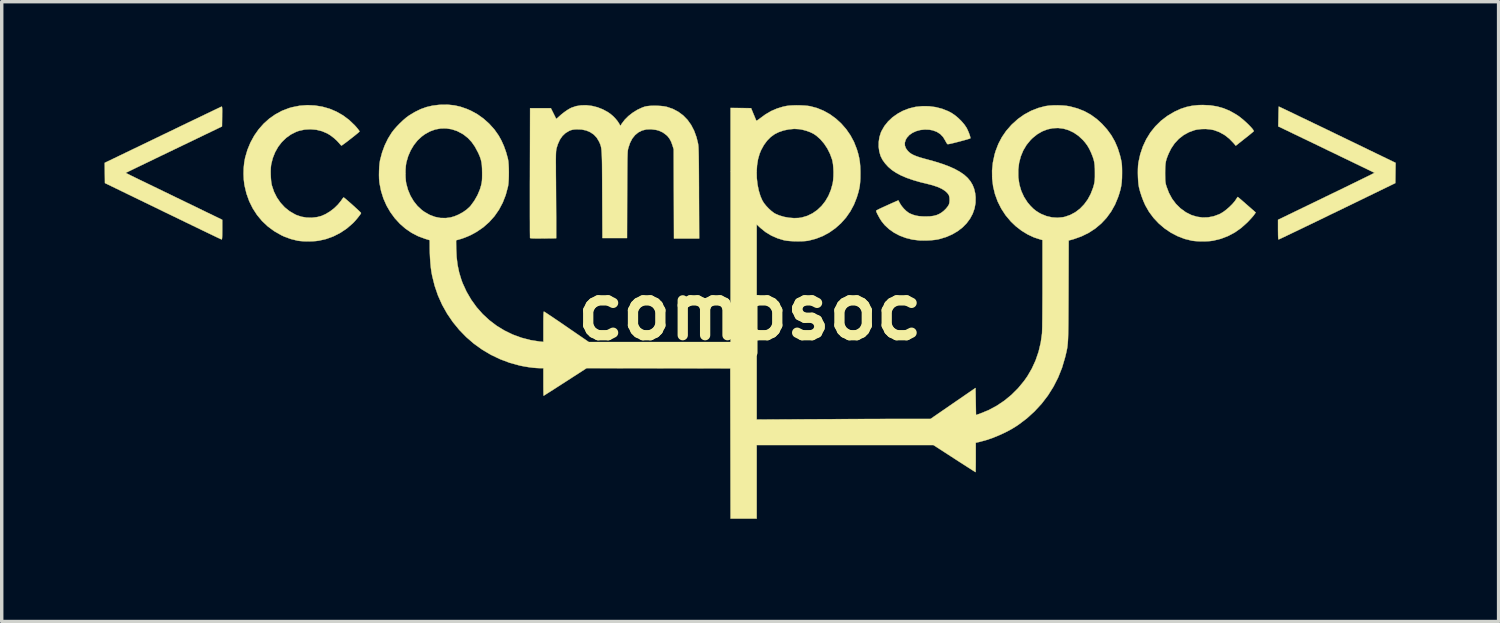
<source format=kicad_pcb>
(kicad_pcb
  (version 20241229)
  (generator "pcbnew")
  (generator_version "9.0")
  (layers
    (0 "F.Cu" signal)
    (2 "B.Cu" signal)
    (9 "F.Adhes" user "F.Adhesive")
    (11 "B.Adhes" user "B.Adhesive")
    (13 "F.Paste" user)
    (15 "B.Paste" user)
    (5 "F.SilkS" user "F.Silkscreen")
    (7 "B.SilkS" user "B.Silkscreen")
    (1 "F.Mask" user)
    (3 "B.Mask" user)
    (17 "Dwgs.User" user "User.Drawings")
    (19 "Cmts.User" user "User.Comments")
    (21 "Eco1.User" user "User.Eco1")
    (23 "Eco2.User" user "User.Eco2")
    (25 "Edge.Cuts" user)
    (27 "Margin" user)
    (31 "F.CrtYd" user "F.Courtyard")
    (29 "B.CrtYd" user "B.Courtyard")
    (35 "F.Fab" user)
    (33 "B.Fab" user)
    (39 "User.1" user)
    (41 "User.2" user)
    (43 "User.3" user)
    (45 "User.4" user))
  (footprint "compsoc"
    (layer "F.Cu")
    (at 18.829 6.04)
    (property "Reference" "compsoc" (at 0 0 0) (layer "F.SilkS") (effects (font (size 1.524 1.524) (thickness 0.3))))
    (attr through_hole)
    (fp_poly (pts (xy 15.444 -5.975) (xy 15.48 -5.958) (xy 15.54 -5.93) (xy 15.62 -5.892) (xy 15.72 -5.844) (xy 15.838 -5.788) (xy 15.972 -5.723) (xy 16.121 -5.651) (xy 16.284 -5.573) (xy 16.46 -5.488) (xy 16.646 -5.399) (xy 16.841 -5.305) (xy 17.044 -5.207) (xy 17.137 -5.162) (xy 18.839 -4.339) (xy 18.835 -4.044) (xy 18.831 -3.748) (xy 17.138 -2.926) (xy 16.932 -2.827) (xy 16.734 -2.73) (xy 16.544 -2.638) (xy 16.363 -2.551) (xy 16.194 -2.47) (xy 16.038 -2.394) (xy 15.896 -2.326) (xy 15.77 -2.266) (xy 15.662 -2.214) (xy 15.572 -2.171) (xy 15.502 -2.138) (xy 15.454 -2.116) (xy 15.43 -2.105) (xy 15.427 -2.103) (xy 15.421 -2.11) (xy 15.416 -2.131) (xy 15.413 -2.17) (xy 15.411 -2.229) (xy 15.41 -2.312) (xy 15.409 -2.39) (xy 15.409 -2.677) (xy 16.819 -3.36) (xy 17.006 -3.45) (xy 17.186 -3.537) (xy 17.356 -3.62) (xy 17.516 -3.698) (xy 17.664 -3.77) (xy 17.798 -3.836) (xy 17.917 -3.894) (xy 18.019 -3.944) (xy 18.102 -3.985) (xy 18.165 -4.017) (xy 18.206 -4.038) (xy 18.224 -4.047) (xy 18.224 -4.048) (xy 18.211 -4.054) (xy 18.174 -4.072) (xy 18.115 -4.101) (xy 18.036 -4.14) (xy 17.937 -4.188) (xy 17.821 -4.244) (xy 17.69 -4.307) (xy 17.544 -4.378) (xy 17.386 -4.454) (xy 17.217 -4.535) (xy 17.04 -4.621) (xy 16.854 -4.71) (xy 16.818 -4.728) (xy 15.416 -5.403) (xy 15.422 -5.689) (xy 15.423 -5.776) (xy 15.425 -5.853) (xy 15.427 -5.915) (xy 15.429 -5.959) (xy 15.43 -5.979) (xy 15.431 -5.98) (xy 15.444 -5.975)) (stroke (width 0.01) (type solid)) (fill yes) (layer "F.SilkS"))
    (fp_poly (pts (xy -15.405 -5.974) (xy -15.401 -5.96) (xy -15.398 -5.932) (xy -15.397 -5.888) (xy -15.397 -5.824) (xy -15.398 -5.737) (xy -15.398 -5.694) (xy -15.402 -5.401) (xy -16.805 -4.726) (xy -16.991 -4.636) (xy -17.171 -4.55) (xy -17.341 -4.468) (xy -17.501 -4.39) (xy -17.649 -4.319) (xy -17.784 -4.254) (xy -17.903 -4.197) (xy -18.005 -4.147) (xy -18.088 -4.107) (xy -18.151 -4.076) (xy -18.193 -4.056) (xy -18.21 -4.047) (xy -18.211 -4.047) (xy -18.2 -4.04) (xy -18.166 -4.022) (xy -18.113 -3.996) (xy -18.044 -3.961) (xy -17.962 -3.921) (xy -17.869 -3.876) (xy -17.832 -3.857) (xy -17.756 -3.821) (xy -17.658 -3.774) (xy -17.541 -3.717) (xy -17.407 -3.652) (xy -17.26 -3.581) (xy -17.102 -3.504) (xy -16.936 -3.424) (xy -16.766 -3.341) (xy -16.593 -3.258) (xy -16.423 -3.175) (xy -16.422 -3.175) (xy -15.395 -2.677) (xy -15.395 -2.39) (xy -15.396 -2.288) (xy -15.397 -2.212) (xy -15.399 -2.158) (xy -15.403 -2.124) (xy -15.408 -2.107) (xy -15.413 -2.104) (xy -15.427 -2.11) (xy -15.466 -2.128) (xy -15.527 -2.156) (xy -15.609 -2.195) (xy -15.71 -2.244) (xy -15.829 -2.301) (xy -15.965 -2.366) (xy -16.115 -2.439) (xy -16.279 -2.518) (xy -16.455 -2.603) (xy -16.641 -2.693) (xy -16.837 -2.788) (xy -17.04 -2.886) (xy -17.124 -2.927) (xy -18.817 -3.749) (xy -18.821 -4.044) (xy -18.824 -4.339) (xy -17.135 -5.153) (xy -16.929 -5.252) (xy -16.73 -5.348) (xy -16.54 -5.44) (xy -16.359 -5.527) (xy -16.19 -5.608) (xy -16.033 -5.683) (xy -15.891 -5.752) (xy -15.764 -5.812) (xy -15.655 -5.865) (xy -15.565 -5.908) (xy -15.495 -5.941) (xy -15.447 -5.964) (xy -15.423 -5.976) (xy -15.42 -5.977) (xy -15.411 -5.979) (xy -15.405 -5.974)) (stroke (width 0.01) (type solid)) (fill yes) (layer "F.SilkS"))
    (fp_poly (pts (xy -12.691 -6.012) (xy -12.474 -5.977) (xy -12.263 -5.917) (xy -12.062 -5.832) (xy -11.871 -5.723) (xy -11.693 -5.59) (xy -11.531 -5.435) (xy -11.478 -5.376) (xy -11.44 -5.33) (xy -11.41 -5.291) (xy -11.392 -5.264) (xy -11.388 -5.256) (xy -11.399 -5.244) (xy -11.428 -5.217) (xy -11.473 -5.18) (xy -11.528 -5.135) (xy -11.591 -5.085) (xy -11.658 -5.033) (xy -11.724 -4.981) (xy -11.786 -4.934) (xy -11.841 -4.894) (xy -11.883 -4.863) (xy -11.911 -4.845) (xy -11.919 -4.842) (xy -11.933 -4.855) (xy -11.959 -4.884) (xy -11.988 -4.918) (xy -12.061 -4.996) (xy -12.15 -5.074) (xy -12.244 -5.145) (xy -12.33 -5.197) (xy -12.485 -5.263) (xy -12.649 -5.304) (xy -12.818 -5.319) (xy -12.986 -5.31) (xy -13.15 -5.275) (xy -13.238 -5.244) (xy -13.391 -5.167) (xy -13.531 -5.067) (xy -13.656 -4.946) (xy -13.764 -4.806) (xy -13.852 -4.65) (xy -13.92 -4.48) (xy -13.966 -4.299) (xy -13.97 -4.272) (xy -13.978 -4.196) (xy -13.982 -4.102) (xy -13.981 -4) (xy -13.976 -3.896) (xy -13.968 -3.8) (xy -13.956 -3.719) (xy -13.948 -3.683) (xy -13.886 -3.498) (xy -13.801 -3.328) (xy -13.695 -3.175) (xy -13.571 -3.04) (xy -13.428 -2.926) (xy -13.269 -2.834) (xy -13.224 -2.813) (xy -13.085 -2.767) (xy -12.935 -2.742) (xy -12.78 -2.738) (xy -12.628 -2.756) (xy -12.501 -2.789) (xy -12.376 -2.845) (xy -12.249 -2.922) (xy -12.128 -3.015) (xy -12.02 -3.12) (xy -11.93 -3.23) (xy -11.917 -3.249) (xy -11.889 -3.29) (xy -11.866 -3.319) (xy -11.853 -3.33) (xy -11.853 -3.33) (xy -11.839 -3.321) (xy -11.807 -3.296) (xy -11.762 -3.258) (xy -11.708 -3.211) (xy -11.647 -3.158) (xy -11.583 -3.101) (xy -11.521 -3.044) (xy -11.462 -2.991) (xy -11.412 -2.944) (xy -11.374 -2.907) (xy -11.351 -2.883) (xy -11.345 -2.875) (xy -11.354 -2.854) (xy -11.379 -2.818) (xy -11.415 -2.77) (xy -11.459 -2.715) (xy -11.506 -2.66) (xy -11.554 -2.607) (xy -11.588 -2.573) (xy -11.76 -2.424) (xy -11.948 -2.298) (xy -12.149 -2.195) (xy -12.36 -2.118) (xy -12.572 -2.069) (xy -12.666 -2.057) (xy -12.777 -2.05) (xy -12.895 -2.048) (xy -13.012 -2.05) (xy -13.118 -2.058) (xy -13.195 -2.068) (xy -13.391 -2.116) (xy -13.587 -2.188) (xy -13.678 -2.231) (xy -13.882 -2.348) (xy -14.067 -2.485) (xy -14.234 -2.643) (xy -14.38 -2.819) (xy -14.505 -3.012) (xy -14.608 -3.22) (xy -14.688 -3.443) (xy -14.744 -3.679) (xy -14.748 -3.699) (xy -14.766 -3.851) (xy -14.773 -4.016) (xy -14.769 -4.183) (xy -14.753 -4.344) (xy -14.727 -4.487) (xy -14.66 -4.717) (xy -14.571 -4.932) (xy -14.461 -5.133) (xy -14.332 -5.317) (xy -14.185 -5.483) (xy -14.021 -5.63) (xy -13.842 -5.755) (xy -13.65 -5.858) (xy -13.446 -5.936) (xy -13.362 -5.96) (xy -13.137 -6.005) (xy -12.913 -6.022) (xy -12.691 -6.012)) (stroke (width 0.01) (type solid)) (fill yes) (layer "F.SilkS"))
    (fp_poly (pts (xy 13.431 -6.016) (xy 13.632 -5.984) (xy 13.822 -5.93) (xy 14.007 -5.852) (xy 14.191 -5.747) (xy 14.236 -5.718) (xy 14.297 -5.674) (xy 14.363 -5.621) (xy 14.431 -5.563) (xy 14.498 -5.501) (xy 14.561 -5.44) (xy 14.616 -5.383) (xy 14.66 -5.333) (xy 14.689 -5.293) (xy 14.701 -5.267) (xy 14.701 -5.262) (xy 14.689 -5.25) (xy 14.658 -5.224) (xy 14.611 -5.185) (xy 14.552 -5.136) (xy 14.482 -5.081) (xy 14.436 -5.045) (xy 14.176 -4.839) (xy 14.119 -4.907) (xy 13.988 -5.043) (xy 13.847 -5.153) (xy 13.694 -5.237) (xy 13.54 -5.294) (xy 13.425 -5.316) (xy 13.297 -5.327) (xy 13.165 -5.324) (xy 13.042 -5.309) (xy 12.976 -5.294) (xy 12.806 -5.232) (xy 12.652 -5.147) (xy 12.514 -5.039) (xy 12.393 -4.91) (xy 12.291 -4.759) (xy 12.219 -4.614) (xy 12.184 -4.529) (xy 12.157 -4.455) (xy 12.138 -4.385) (xy 12.126 -4.314) (xy 12.119 -4.233) (xy 12.116 -4.137) (xy 12.115 -4.036) (xy 12.116 -3.941) (xy 12.117 -3.869) (xy 12.12 -3.814) (xy 12.125 -3.769) (xy 12.132 -3.728) (xy 12.143 -3.687) (xy 12.154 -3.651) (xy 12.225 -3.463) (xy 12.317 -3.293) (xy 12.429 -3.143) (xy 12.561 -3.012) (xy 12.712 -2.902) (xy 12.731 -2.891) (xy 12.883 -2.815) (xy 13.042 -2.767) (xy 13.205 -2.744) (xy 13.37 -2.749) (xy 13.532 -2.78) (xy 13.69 -2.838) (xy 13.724 -2.854) (xy 13.809 -2.905) (xy 13.9 -2.973) (xy 13.991 -3.052) (xy 14.075 -3.135) (xy 14.146 -3.218) (xy 14.191 -3.284) (xy 14.213 -3.319) (xy 14.229 -3.34) (xy 14.234 -3.344) (xy 14.246 -3.335) (xy 14.276 -3.31) (xy 14.321 -3.272) (xy 14.379 -3.222) (xy 14.446 -3.163) (xy 14.499 -3.117) (xy 14.758 -2.89) (xy 14.707 -2.817) (xy 14.678 -2.78) (xy 14.634 -2.73) (xy 14.581 -2.672) (xy 14.523 -2.611) (xy 14.507 -2.595) (xy 14.333 -2.439) (xy 14.147 -2.308) (xy 13.949 -2.203) (xy 13.74 -2.123) (xy 13.519 -2.069) (xy 13.508 -2.067) (xy 13.422 -2.056) (xy 13.318 -2.05) (xy 13.205 -2.048) (xy 13.091 -2.05) (xy 12.987 -2.057) (xy 12.901 -2.067) (xy 12.896 -2.068) (xy 12.685 -2.12) (xy 12.48 -2.199) (xy 12.284 -2.301) (xy 12.1 -2.425) (xy 11.931 -2.569) (xy 11.779 -2.731) (xy 11.646 -2.909) (xy 11.536 -3.101) (xy 11.536 -3.101) (xy 11.482 -3.223) (xy 11.43 -3.36) (xy 11.385 -3.5) (xy 11.352 -3.627) (xy 11.339 -3.707) (xy 11.329 -3.808) (xy 11.323 -3.922) (xy 11.32 -4.04) (xy 11.321 -4.154) (xy 11.326 -4.258) (xy 11.336 -4.342) (xy 11.336 -4.346) (xy 11.389 -4.589) (xy 11.466 -4.817) (xy 11.565 -5.029) (xy 11.686 -5.225) (xy 11.829 -5.403) (xy 11.992 -5.564) (xy 12.176 -5.705) (xy 12.379 -5.826) (xy 12.399 -5.836) (xy 12.567 -5.913) (xy 12.733 -5.968) (xy 12.902 -6.004) (xy 13.084 -6.023) (xy 13.215 -6.026) (xy 13.431 -6.016)) (stroke (width 0.01) (type solid)) (fill yes) (layer "F.SilkS"))
    (fp_poly (pts (xy 5.227 -5.99) (xy 5.422 -5.964) (xy 5.611 -5.915) (xy 5.789 -5.844) (xy 5.888 -5.791) (xy 5.985 -5.725) (xy 6.082 -5.644) (xy 6.174 -5.553) (xy 6.254 -5.46) (xy 6.316 -5.37) (xy 6.332 -5.341) (xy 6.364 -5.273) (xy 6.393 -5.203) (xy 6.416 -5.138) (xy 6.431 -5.085) (xy 6.435 -5.058) (xy 6.422 -5.05) (xy 6.386 -5.038) (xy 6.332 -5.021) (xy 6.263 -5.002) (xy 6.186 -4.981) (xy 6.104 -4.959) (xy 6.022 -4.938) (xy 5.944 -4.918) (xy 5.875 -4.902) (xy 5.819 -4.89) (xy 5.782 -4.884) (xy 5.771 -4.883) (xy 5.755 -4.895) (xy 5.733 -4.927) (xy 5.709 -4.972) (xy 5.705 -4.98) (xy 5.639 -5.09) (xy 5.556 -5.178) (xy 5.455 -5.243) (xy 5.337 -5.287) (xy 5.235 -5.306) (xy 5.1 -5.311) (xy 4.971 -5.297) (xy 4.851 -5.264) (xy 4.744 -5.215) (xy 4.653 -5.152) (xy 4.582 -5.074) (xy 4.545 -5.009) (xy 4.519 -4.924) (xy 4.522 -4.842) (xy 4.552 -4.762) (xy 4.61 -4.683) (xy 4.611 -4.683) (xy 4.656 -4.64) (xy 4.71 -4.601) (xy 4.776 -4.566) (xy 4.856 -4.533) (xy 4.955 -4.499) (xy 5.077 -4.464) (xy 5.151 -4.444) (xy 5.397 -4.376) (xy 5.617 -4.306) (xy 5.811 -4.234) (xy 5.98 -4.158) (xy 6.125 -4.078) (xy 6.249 -3.993) (xy 6.351 -3.901) (xy 6.433 -3.802) (xy 6.497 -3.695) (xy 6.543 -3.579) (xy 6.572 -3.454) (xy 6.585 -3.338) (xy 6.583 -3.17) (xy 6.554 -3.008) (xy 6.5 -2.854) (xy 6.422 -2.709) (xy 6.322 -2.574) (xy 6.201 -2.452) (xy 6.06 -2.344) (xy 5.901 -2.251) (xy 5.726 -2.175) (xy 5.534 -2.117) (xy 5.471 -2.103) (xy 5.392 -2.091) (xy 5.294 -2.081) (xy 5.186 -2.075) (xy 5.075 -2.073) (xy 4.972 -2.074) (xy 4.932 -2.077) (xy 4.737 -2.101) (xy 4.55 -2.148) (xy 4.373 -2.214) (xy 4.209 -2.3) (xy 4.062 -2.403) (xy 3.934 -2.522) (xy 3.846 -2.63) (xy 3.813 -2.68) (xy 3.778 -2.738) (xy 3.745 -2.799) (xy 3.715 -2.856) (xy 3.694 -2.903) (xy 3.684 -2.934) (xy 3.683 -2.938) (xy 3.688 -2.946) (xy 3.705 -2.957) (xy 3.736 -2.974) (xy 3.782 -2.997) (xy 3.846 -3.027) (xy 3.929 -3.065) (xy 4.032 -3.112) (xy 4.159 -3.169) (xy 4.25 -3.209) (xy 4.331 -3.245) (xy 4.377 -3.157) (xy 4.428 -3.078) (xy 4.492 -3.002) (xy 4.563 -2.933) (xy 4.634 -2.88) (xy 4.675 -2.858) (xy 4.762 -2.823) (xy 4.845 -2.799) (xy 4.931 -2.784) (xy 5.03 -2.776) (xy 5.122 -2.774) (xy 5.248 -2.777) (xy 5.352 -2.79) (xy 5.443 -2.813) (xy 5.525 -2.848) (xy 5.593 -2.889) (xy 5.658 -2.94) (xy 5.72 -3.001) (xy 5.772 -3.065) (xy 5.807 -3.124) (xy 5.809 -3.129) (xy 5.822 -3.183) (xy 5.827 -3.251) (xy 5.824 -3.32) (xy 5.811 -3.379) (xy 5.805 -3.396) (xy 5.758 -3.463) (xy 5.685 -3.527) (xy 5.588 -3.587) (xy 5.468 -3.64) (xy 5.327 -3.687) (xy 5.207 -3.718) (xy 4.97 -3.776) (xy 4.76 -3.837) (xy 4.575 -3.901) (xy 4.411 -3.971) (xy 4.269 -4.047) (xy 4.145 -4.129) (xy 4.038 -4.22) (xy 3.947 -4.32) (xy 3.87 -4.426) (xy 3.813 -4.54) (xy 3.776 -4.668) (xy 3.757 -4.807) (xy 3.759 -4.949) (xy 3.78 -5.09) (xy 3.822 -5.223) (xy 3.839 -5.262) (xy 3.924 -5.411) (xy 4.033 -5.547) (xy 4.165 -5.671) (xy 4.319 -5.778) (xy 4.469 -5.859) (xy 4.647 -5.927) (xy 4.835 -5.972) (xy 5.03 -5.992) (xy 5.227 -5.99)) (stroke (width 0.01) (type solid)) (fill yes) (layer "F.SilkS"))
    (fp_poly (pts (xy -4.605 -5.999) (xy -4.445 -5.959) (xy -4.29 -5.898) (xy -4.143 -5.818) (xy -4.066 -5.764) (xy -3.993 -5.702) (xy -3.922 -5.629) (xy -3.86 -5.553) (xy -3.814 -5.482) (xy -3.809 -5.473) (xy -3.78 -5.416) (xy -3.737 -5.484) (xy -3.652 -5.596) (xy -3.545 -5.703) (xy -3.42 -5.801) (xy -3.285 -5.885) (xy -3.144 -5.951) (xy -3.069 -5.978) (xy -3.004 -5.992) (xy -2.918 -6.001) (xy -2.818 -6.005) (xy -2.713 -6.004) (xy -2.609 -5.999) (xy -2.513 -5.989) (xy -2.432 -5.974) (xy -2.42 -5.971) (xy -2.245 -5.911) (xy -2.087 -5.827) (xy -1.946 -5.722) (xy -1.822 -5.595) (xy -1.716 -5.447) (xy -1.628 -5.278) (xy -1.559 -5.089) (xy -1.515 -4.911) (xy -1.511 -4.888) (xy -1.507 -4.861) (xy -1.504 -4.83) (xy -1.501 -4.791) (xy -1.499 -4.743) (xy -1.497 -4.685) (xy -1.495 -4.614) (xy -1.493 -4.529) (xy -1.492 -4.428) (xy -1.49 -4.308) (xy -1.489 -4.169) (xy -1.488 -4.008) (xy -1.487 -3.824) (xy -1.486 -3.615) (xy -1.486 -3.461) (xy -1.48 -2.131) (xy -2.215 -2.131) (xy -2.223 -4.734) (xy -2.256 -4.84) (xy -2.295 -4.95) (xy -2.341 -5.037) (xy -2.396 -5.11) (xy -2.433 -5.146) (xy -2.537 -5.224) (xy -2.652 -5.277) (xy -2.736 -5.3) (xy -2.884 -5.319) (xy -3.021 -5.314) (xy -3.144 -5.283) (xy -3.254 -5.228) (xy -3.35 -5.149) (xy -3.432 -5.047) (xy -3.497 -4.921) (xy -3.545 -4.78) (xy -3.55 -4.76) (xy -3.555 -4.739) (xy -3.559 -4.718) (xy -3.563 -4.692) (xy -3.566 -4.662) (xy -3.568 -4.624) (xy -3.57 -4.577) (xy -3.572 -4.519) (xy -3.574 -4.449) (xy -3.575 -4.363) (xy -3.576 -4.261) (xy -3.577 -4.14) (xy -3.578 -3.999) (xy -3.579 -3.836) (xy -3.58 -3.648) (xy -3.581 -3.434) (xy -3.581 -3.404) (xy -3.585 -2.145) (xy -4.302 -2.145) (xy -4.308 -3.404) (xy -4.309 -3.631) (xy -4.31 -3.831) (xy -4.311 -4.006) (xy -4.312 -4.159) (xy -4.313 -4.292) (xy -4.315 -4.405) (xy -4.318 -4.502) (xy -4.321 -4.584) (xy -4.325 -4.652) (xy -4.329 -4.709) (xy -4.335 -4.757) (xy -4.342 -4.797) (xy -4.35 -4.832) (xy -4.36 -4.863) (xy -4.371 -4.892) (xy -4.383 -4.921) (xy -4.398 -4.953) (xy -4.403 -4.963) (xy -4.468 -5.072) (xy -4.553 -5.163) (xy -4.657 -5.233) (xy -4.777 -5.284) (xy -4.911 -5.312) (xy -5.058 -5.317) (xy -5.059 -5.317) (xy -5.13 -5.312) (xy -5.184 -5.303) (xy -5.234 -5.288) (xy -5.278 -5.269) (xy -5.382 -5.206) (xy -5.47 -5.122) (xy -5.543 -5.017) (xy -5.602 -4.888) (xy -5.633 -4.791) (xy -5.64 -4.768) (xy -5.645 -4.747) (xy -5.649 -4.724) (xy -5.653 -4.698) (xy -5.656 -4.667) (xy -5.658 -4.628) (xy -5.66 -4.579) (xy -5.661 -4.517) (xy -5.662 -4.441) (xy -5.662 -4.349) (xy -5.661 -4.238) (xy -5.661 -4.105) (xy -5.66 -3.95) (xy -5.658 -3.768) (xy -5.658 -3.725) (xy -5.657 -3.553) (xy -5.656 -3.381) (xy -5.655 -3.212) (xy -5.654 -3.051) (xy -5.653 -2.899) (xy -5.652 -2.762) (xy -5.652 -2.641) (xy -5.652 -2.542) (xy -5.652 -2.466) (xy -5.652 -2.455) (xy -5.652 -2.138) (xy -6.029 -2.134) (xy -6.148 -2.133) (xy -6.241 -2.133) (xy -6.311 -2.134) (xy -6.361 -2.136) (xy -6.393 -2.14) (xy -6.41 -2.144) (xy -6.414 -2.148) (xy -6.415 -2.164) (xy -6.415 -2.207) (xy -6.416 -2.274) (xy -6.417 -2.365) (xy -6.417 -2.477) (xy -6.417 -2.61) (xy -6.418 -2.76) (xy -6.418 -2.928) (xy -6.418 -3.11) (xy -6.418 -3.305) (xy -6.418 -3.512) (xy -6.418 -3.73) (xy -6.417 -3.955) (xy -6.417 -4.05) (xy -6.413 -5.934) (xy -5.807 -5.934) (xy -5.733 -5.786) (xy -5.703 -5.726) (xy -5.678 -5.676) (xy -5.661 -5.64) (xy -5.654 -5.625) (xy -5.643 -5.627) (xy -5.618 -5.646) (xy -5.583 -5.677) (xy -5.58 -5.68) (xy -5.504 -5.748) (xy -5.418 -5.816) (xy -5.331 -5.877) (xy -5.249 -5.926) (xy -5.209 -5.946) (xy -5.071 -5.993) (xy -4.922 -6.017) (xy -4.765 -6.019) (xy -4.605 -5.999)) (stroke (width 0.01) (type solid)) (fill yes) (layer "F.SilkS"))
    (fp_poly (pts (xy -8.797 -6.034) (xy -8.618 -6.015) (xy -8.445 -5.976) (xy -8.27 -5.916) (xy -8.144 -5.862) (xy -7.953 -5.758) (xy -7.772 -5.629) (xy -7.606 -5.48) (xy -7.456 -5.314) (xy -7.331 -5.137) (xy -7.251 -4.993) (xy -7.177 -4.828) (xy -7.114 -4.652) (xy -7.064 -4.472) (xy -7.058 -4.445) (xy -7.047 -4.377) (xy -7.04 -4.286) (xy -7.035 -4.181) (xy -7.033 -4.068) (xy -7.034 -3.953) (xy -7.038 -3.843) (xy -7.045 -3.745) (xy -7.055 -3.665) (xy -7.06 -3.641) (xy -7.124 -3.402) (xy -7.211 -3.179) (xy -7.321 -2.972) (xy -7.452 -2.783) (xy -7.605 -2.612) (xy -7.778 -2.459) (xy -7.972 -2.326) (xy -8.132 -2.238) (xy -8.211 -2.202) (xy -8.298 -2.166) (xy -8.381 -2.135) (xy -8.431 -2.119) (xy -8.572 -2.079) (xy -8.569 -1.84) (xy -8.557 -1.591) (xy -8.529 -1.36) (xy -8.483 -1.141) (xy -8.419 -0.93) (xy -8.383 -0.832) (xy -8.268 -0.581) (xy -8.131 -0.346) (xy -7.973 -0.127) (xy -7.796 0.073) (xy -7.6 0.254) (xy -7.388 0.415) (xy -7.16 0.554) (xy -6.919 0.671) (xy -6.665 0.764) (xy -6.4 0.833) (xy -6.126 0.876) (xy -6.092 0.879) (xy -6.025 0.886) (xy -6.025 0.443) (xy -6.025 0.306) (xy -6.024 0.197) (xy -6.022 0.113) (xy -6.019 0.053) (xy -6.016 0.016) (xy -6.011 0.001) (xy -6.01 0) (xy -5.996 0.008) (xy -5.96 0.03) (xy -5.906 0.066) (xy -5.835 0.113) (xy -5.75 0.17) (xy -5.651 0.237) (xy -5.543 0.31) (xy -5.426 0.39) (xy -5.347 0.445) (xy -4.7 0.889) (xy -0.564 0.889) (xy -0.564 -4.085) (xy 0.197 -4.085) (xy 0.201 -3.896) (xy 0.222 -3.709) (xy 0.258 -3.53) (xy 0.309 -3.364) (xy 0.364 -3.239) (xy 0.41 -3.165) (xy 0.473 -3.086) (xy 0.547 -3.007) (xy 0.625 -2.936) (xy 0.7 -2.879) (xy 0.741 -2.854) (xy 0.862 -2.803) (xy 0.999 -2.763) (xy 1.144 -2.737) (xy 1.29 -2.726) (xy 1.427 -2.731) (xy 1.512 -2.744) (xy 1.675 -2.792) (xy 1.827 -2.866) (xy 1.965 -2.962) (xy 2.09 -3.08) (xy 2.199 -3.218) (xy 2.29 -3.373) (xy 2.362 -3.545) (xy 2.414 -3.731) (xy 2.416 -3.739) (xy 2.43 -3.836) (xy 2.438 -3.949) (xy 2.44 -4.069) (xy 2.435 -4.189) (xy 2.425 -4.302) (xy 2.408 -4.397) (xy 2.4 -4.431) (xy 2.339 -4.599) (xy 2.26 -4.757) (xy 2.165 -4.9) (xy 2.057 -5.026) (xy 1.939 -5.131) (xy 1.854 -5.188) (xy 1.761 -5.233) (xy 1.652 -5.273) (xy 1.535 -5.305) (xy 1.44 -5.322) (xy 1.293 -5.33) (xy 1.139 -5.316) (xy 0.984 -5.284) (xy 0.839 -5.234) (xy 0.724 -5.177) (xy 0.608 -5.093) (xy 0.502 -4.986) (xy 0.408 -4.858) (xy 0.329 -4.714) (xy 0.283 -4.604) (xy 0.237 -4.444) (xy 0.209 -4.27) (xy 0.197 -4.085) (xy -0.564 -4.085) (xy -0.564 -5.941) (xy -0.265 -5.938) (xy 0.035 -5.934) (xy 0.108 -5.757) (xy 0.136 -5.692) (xy 0.159 -5.635) (xy 0.177 -5.592) (xy 0.186 -5.57) (xy 0.187 -5.568) (xy 0.2 -5.57) (xy 0.228 -5.587) (xy 0.269 -5.616) (xy 0.29 -5.632) (xy 0.456 -5.754) (xy 0.621 -5.85) (xy 0.79 -5.923) (xy 0.967 -5.977) (xy 1.072 -5.999) (xy 1.152 -6.009) (xy 1.251 -6.015) (xy 1.361 -6.018) (xy 1.476 -6.016) (xy 1.587 -6.011) (xy 1.685 -6.002) (xy 1.755 -5.992) (xy 1.957 -5.938) (xy 2.15 -5.859) (xy 2.335 -5.756) (xy 2.507 -5.631) (xy 2.665 -5.486) (xy 2.808 -5.323) (xy 2.932 -5.144) (xy 3.036 -4.951) (xy 3.117 -4.745) (xy 3.119 -4.74) (xy 3.158 -4.61) (xy 3.187 -4.489) (xy 3.207 -4.367) (xy 3.219 -4.238) (xy 3.224 -4.092) (xy 3.224 -4.022) (xy 3.223 -3.887) (xy 3.216 -3.771) (xy 3.205 -3.667) (xy 3.186 -3.567) (xy 3.159 -3.461) (xy 3.122 -3.341) (xy 3.118 -3.327) (xy 3.035 -3.118) (xy 2.93 -2.923) (xy 2.804 -2.742) (xy 2.658 -2.578) (xy 2.496 -2.433) (xy 2.318 -2.307) (xy 2.128 -2.204) (xy 1.926 -2.125) (xy 1.715 -2.07) (xy 1.688 -2.065) (xy 1.609 -2.056) (xy 1.511 -2.051) (xy 1.402 -2.049) (xy 1.289 -2.051) (xy 1.18 -2.057) (xy 1.082 -2.066) (xy 1.005 -2.079) (xy 0.998 -2.08) (xy 0.806 -2.138) (xy 0.624 -2.218) (xy 0.456 -2.32) (xy 0.309 -2.439) (xy 0.198 -2.542) (xy 0.198 3.151) (xy 1.88 3.142) (xy 2.117 3.141) (xy 2.359 3.14) (xy 2.604 3.138) (xy 2.849 3.137) (xy 3.09 3.136) (xy 3.325 3.135) (xy 3.55 3.134) (xy 3.763 3.134) (xy 3.959 3.133) (xy 4.137 3.133) (xy 4.292 3.132) (xy 4.417 3.132) (xy 5.271 3.132) (xy 5.927 2.68) (xy 6.583 2.229) (xy 6.59 2.624) (xy 6.597 3.019) (xy 6.717 2.977) (xy 6.963 2.877) (xy 7.198 2.751) (xy 7.421 2.602) (xy 7.63 2.431) (xy 7.823 2.239) (xy 7.997 2.028) (xy 8.096 1.888) (xy 8.227 1.663) (xy 8.337 1.422) (xy 8.424 1.168) (xy 8.486 0.905) (xy 8.523 0.642) (xy 8.525 0.602) (xy 8.527 0.535) (xy 8.53 0.444) (xy 8.531 0.33) (xy 8.533 0.195) (xy 8.534 0.041) (xy 8.535 -0.13) (xy 8.536 -0.316) (xy 8.537 -0.516) (xy 8.537 -0.727) (xy 8.537 -0.8) (xy 8.537 -2.087) (xy 8.477 -2.103) (xy 8.289 -2.164) (xy 8.103 -2.251) (xy 7.924 -2.361) (xy 7.755 -2.492) (xy 7.613 -2.628) (xy 7.461 -2.809) (xy 7.334 -3.004) (xy 7.23 -3.21) (xy 7.151 -3.427) (xy 7.097 -3.651) (xy 7.069 -3.881) (xy 7.066 -4.115) (xy 7.069 -4.143) (xy 7.83 -4.143) (xy 7.83 -3.938) (xy 7.833 -3.9) (xy 7.863 -3.704) (xy 7.918 -3.519) (xy 7.997 -3.346) (xy 8.098 -3.188) (xy 8.184 -3.086) (xy 8.269 -3.001) (xy 8.352 -2.935) (xy 8.444 -2.877) (xy 8.506 -2.844) (xy 8.656 -2.784) (xy 8.814 -2.748) (xy 8.974 -2.737) (xy 9.131 -2.752) (xy 9.192 -2.765) (xy 9.349 -2.82) (xy 9.496 -2.899) (xy 9.631 -3.002) (xy 9.751 -3.126) (xy 9.856 -3.269) (xy 9.943 -3.43) (xy 10.011 -3.606) (xy 10.028 -3.662) (xy 10.042 -3.716) (xy 10.052 -3.764) (xy 10.059 -3.81) (xy 10.063 -3.862) (xy 10.066 -3.927) (xy 10.066 -4.01) (xy 10.066 -4.05) (xy 10.065 -4.169) (xy 10.059 -4.268) (xy 10.048 -4.354) (xy 10.03 -4.434) (xy 10.003 -4.516) (xy 9.967 -4.607) (xy 9.957 -4.632) (xy 9.903 -4.746) (xy 9.847 -4.842) (xy 9.783 -4.929) (xy 9.718 -5.004) (xy 9.587 -5.126) (xy 9.447 -5.222) (xy 9.3 -5.292) (xy 9.148 -5.337) (xy 8.992 -5.356) (xy 8.836 -5.349) (xy 8.682 -5.316) (xy 8.531 -5.258) (xy 8.386 -5.174) (xy 8.249 -5.064) (xy 8.19 -5.006) (xy 8.071 -4.861) (xy 7.975 -4.7) (xy 7.903 -4.526) (xy 7.854 -4.339) (xy 7.83 -4.143) (xy 7.069 -4.143) (xy 7.09 -4.35) (xy 7.14 -4.585) (xy 7.17 -4.685) (xy 7.251 -4.895) (xy 7.353 -5.089) (xy 7.477 -5.27) (xy 7.627 -5.442) (xy 7.648 -5.463) (xy 7.821 -5.619) (xy 8.008 -5.751) (xy 8.207 -5.858) (xy 8.417 -5.94) (xy 8.618 -5.993) (xy 8.724 -6.008) (xy 8.848 -6.016) (xy 8.981 -6.018) (xy 9.114 -6.013) (xy 9.239 -6.002) (xy 9.338 -5.985) (xy 9.557 -5.926) (xy 9.759 -5.846) (xy 9.946 -5.743) (xy 10.121 -5.616) (xy 10.273 -5.477) (xy 10.42 -5.314) (xy 10.544 -5.145) (xy 10.647 -4.965) (xy 10.731 -4.77) (xy 10.798 -4.557) (xy 10.826 -4.442) (xy 10.838 -4.383) (xy 10.847 -4.327) (xy 10.853 -4.269) (xy 10.856 -4.202) (xy 10.858 -4.118) (xy 10.858 -4.036) (xy 10.856 -3.896) (xy 10.848 -3.776) (xy 10.834 -3.667) (xy 10.811 -3.559) (xy 10.778 -3.444) (xy 10.744 -3.341) (xy 10.653 -3.121) (xy 10.54 -2.919) (xy 10.406 -2.735) (xy 10.252 -2.57) (xy 10.079 -2.424) (xy 9.888 -2.299) (xy 9.679 -2.196) (xy 9.454 -2.115) (xy 9.36 -2.089) (xy 9.301 -2.074) (xy 9.296 -0.61) (xy 9.295 -0.367) (xy 9.294 -0.151) (xy 9.293 0.041) (xy 9.292 0.211) (xy 9.291 0.36) (xy 9.289 0.49) (xy 9.287 0.603) (xy 9.285 0.702) (xy 9.282 0.788) (xy 9.278 0.862) (xy 9.273 0.928) (xy 9.267 0.986) (xy 9.261 1.039) (xy 9.253 1.088) (xy 9.243 1.136) (xy 9.233 1.184) (xy 9.221 1.234) (xy 9.208 1.289) (xy 9.193 1.348) (xy 9.106 1.642) (xy 8.993 1.924) (xy 8.856 2.193) (xy 8.696 2.448) (xy 8.512 2.688) (xy 8.306 2.911) (xy 8.08 3.117) (xy 7.832 3.304) (xy 7.789 3.333) (xy 7.628 3.432) (xy 7.449 3.527) (xy 7.259 3.614) (xy 7.067 3.692) (xy 6.878 3.755) (xy 6.702 3.802) (xy 6.699 3.803) (xy 6.59 3.827) (xy 6.59 4.256) (xy 6.59 4.363) (xy 6.589 4.46) (xy 6.588 4.544) (xy 6.587 4.611) (xy 6.586 4.659) (xy 6.584 4.683) (xy 6.583 4.685) (xy 6.571 4.677) (xy 6.536 4.656) (xy 6.483 4.622) (xy 6.413 4.577) (xy 6.328 4.523) (xy 6.23 4.46) (xy 6.122 4.391) (xy 6.006 4.316) (xy 5.966 4.29) (xy 5.355 3.895) (xy 2.776 3.895) (xy 0.198 3.895) (xy 0.198 6.04) (xy -0.564 6.04) (xy -0.572 1.658) (xy -4.764 1.651) (xy -5.387 2.053) (xy -5.507 2.13) (xy -5.619 2.202) (xy -5.721 2.268) (xy -5.812 2.326) (xy -5.89 2.375) (xy -5.951 2.414) (xy -5.993 2.441) (xy -6.015 2.454) (xy -6.018 2.455) (xy -6.02 2.442) (xy -6.022 2.404) (xy -6.023 2.344) (xy -6.024 2.267) (xy -6.025 2.176) (xy -6.025 2.075) (xy -6.025 2.053) (xy -6.025 1.651) (xy -6.131 1.651) (xy -6.22 1.647) (xy -6.328 1.638) (xy -6.447 1.623) (xy -6.569 1.603) (xy -6.685 1.581) (xy -6.717 1.574) (xy -7.01 1.494) (xy -7.291 1.388) (xy -7.56 1.259) (xy -7.814 1.108) (xy -8.054 0.936) (xy -8.276 0.744) (xy -8.481 0.533) (xy -8.667 0.305) (xy -8.833 0.062) (xy -8.978 -0.196) (xy -9.1 -0.468) (xy -9.197 -0.751) (xy -9.27 -1.045) (xy -9.291 -1.157) (xy -9.307 -1.271) (xy -9.32 -1.405) (xy -9.331 -1.552) (xy -9.338 -1.704) (xy -9.341 -1.852) (xy -9.341 -1.885) (xy -9.342 -2.083) (xy -9.472 -2.122) (xy -9.676 -2.197) (xy -9.868 -2.296) (xy -10.047 -2.418) (xy -10.211 -2.561) (xy -10.359 -2.722) (xy -10.49 -2.901) (xy -10.602 -3.094) (xy -10.693 -3.301) (xy -10.761 -3.519) (xy -10.806 -3.746) (xy -10.81 -3.776) (xy -10.818 -3.871) (xy -10.821 -3.982) (xy -10.82 -4.023) (xy -10.049 -4.023) (xy -10.046 -3.907) (xy -10.037 -3.801) (xy -10.026 -3.732) (xy -9.975 -3.549) (xy -9.903 -3.378) (xy -9.811 -3.222) (xy -9.7 -3.082) (xy -9.572 -2.963) (xy -9.499 -2.91) (xy -9.346 -2.822) (xy -9.19 -2.763) (xy -9.032 -2.731) (xy -8.87 -2.728) (xy -8.738 -2.745) (xy -8.619 -2.779) (xy -8.496 -2.831) (xy -8.377 -2.896) (xy -8.268 -2.972) (xy -8.177 -3.054) (xy -8.148 -3.086) (xy -8.039 -3.235) (xy -7.946 -3.399) (xy -7.875 -3.569) (xy -7.843 -3.677) (xy -7.831 -3.729) (xy -7.822 -3.778) (xy -7.816 -3.83) (xy -7.813 -3.892) (xy -7.812 -3.971) (xy -7.812 -4.05) (xy -7.814 -4.171) (xy -7.82 -4.272) (xy -7.832 -4.359) (xy -7.851 -4.44) (xy -7.879 -4.521) (xy -7.917 -4.61) (xy -7.936 -4.649) (xy -8.022 -4.81) (xy -8.117 -4.946) (xy -8.224 -5.061) (xy -8.347 -5.159) (xy -8.39 -5.187) (xy -8.543 -5.267) (xy -8.7 -5.319) (xy -8.859 -5.344) (xy -9.019 -5.342) (xy -9.178 -5.313) (xy -9.333 -5.257) (xy -9.483 -5.174) (xy -9.573 -5.108) (xy -9.697 -4.993) (xy -9.806 -4.855) (xy -9.898 -4.701) (xy -9.971 -4.532) (xy -10.023 -4.354) (xy -10.026 -4.339) (xy -10.039 -4.249) (xy -10.047 -4.14) (xy -10.049 -4.023) (xy -10.82 -4.023) (xy -10.819 -4.1) (xy -10.814 -4.218) (xy -10.804 -4.326) (xy -10.79 -4.416) (xy -10.788 -4.424) (xy -10.731 -4.64) (xy -10.654 -4.849) (xy -10.559 -5.045) (xy -10.449 -5.222) (xy -10.446 -5.226) (xy -10.38 -5.311) (xy -10.3 -5.402) (xy -10.21 -5.495) (xy -10.118 -5.582) (xy -10.029 -5.658) (xy -9.949 -5.717) (xy -9.948 -5.718) (xy -9.774 -5.823) (xy -9.605 -5.906) (xy -9.437 -5.966) (xy -9.262 -6.007) (xy -9.076 -6.03) (xy -8.989 -6.035) (xy -8.797 -6.034)) (stroke (width 0.01) (type solid)) (fill yes) (layer "F.SilkS")))
  (gr_rect
    (start -3 -3)
    (end 40.673 15.084)
    (stroke (width 0.1) (type default))
    (fill no)
    (layer "Edge.Cuts")))
</source>
